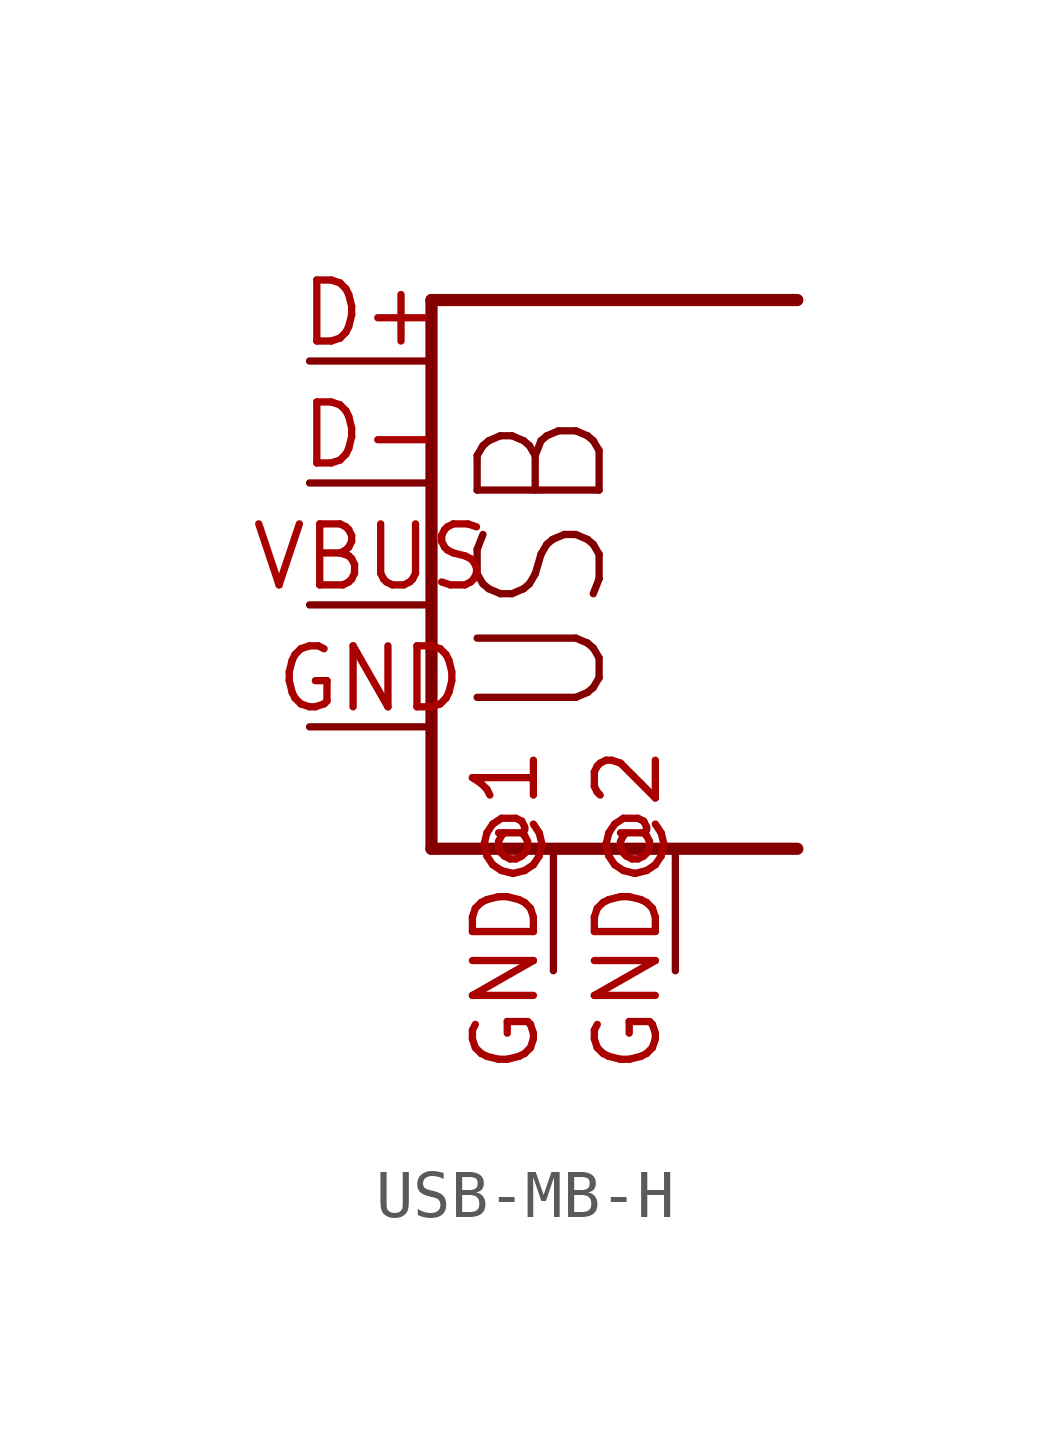
<source format=kicad_sym>
(kicad_symbol_lib
  (version 20220914)
  (generator kicad_symbol_editor)
  (symbol "USB-MB-H"
    (property "Reference" "USB"
      (at 0 0 0)
      (effects (font (size 1.27 1.27)) hide))
    (property "ki_locked" ""
      (at 0 0 0)
      (effects (font (size 1.27 1.27))))
    (symbol "USB-MB-H_1_0"
      (polyline (pts (xy 0 -2.54) (xy 7.62 -2.54)) (stroke (width 0.254) (type solid)) (fill (type none)))
      (polyline (pts (xy 0 8.89) (xy 0 -2.54)) (stroke (width 0.254) (type solid)) (fill (type none)))
      (polyline (pts (xy 7.62 8.89) (xy 0 8.89)) (stroke (width 0.254) (type solid)) (fill (type none)))
      (text "USB" (at 3.81 0 900) (effects (font (size 2.54 2.159)) (justify left bottom)))
      (pin bidirectional line (at -2.54 7.62 0) (length 2.54) (name "D+" (effects (font (size 0 0)))) (number "D+" (effects (font (size 1.27 1.27)))))
      (pin bidirectional line (at -2.54 5.08 0) (length 2.54) (name "D-" (effects (font (size 0 0)))) (number "D-" (effects (font (size 1.27 1.27)))))
      (pin bidirectional line (at -2.54 0 0) (length 2.54) (name "GND" (effects (font (size 0 0)))) (number "GND" (effects (font (size 1.27 1.27)))))
      (pin bidirectional line (at 2.54 -5.08 90) (length 2.54) (name "GND@1" (effects (font (size 0 0)))) (number "GND@1" (effects (font (size 1.27 1.27)))))
      (pin bidirectional line (at 5.08 -5.08 90) (length 2.54) (name "GND@2" (effects (font (size 0 0)))) (number "GND@2" (effects (font (size 1.27 1.27)))))
      (pin bidirectional line (at -2.54 2.54 0) (length 2.54) (name "VBUS" (effects (font (size 0 0)))) (number "VBUS" (effects (font (size 1.27 1.27))))))))
</source>
